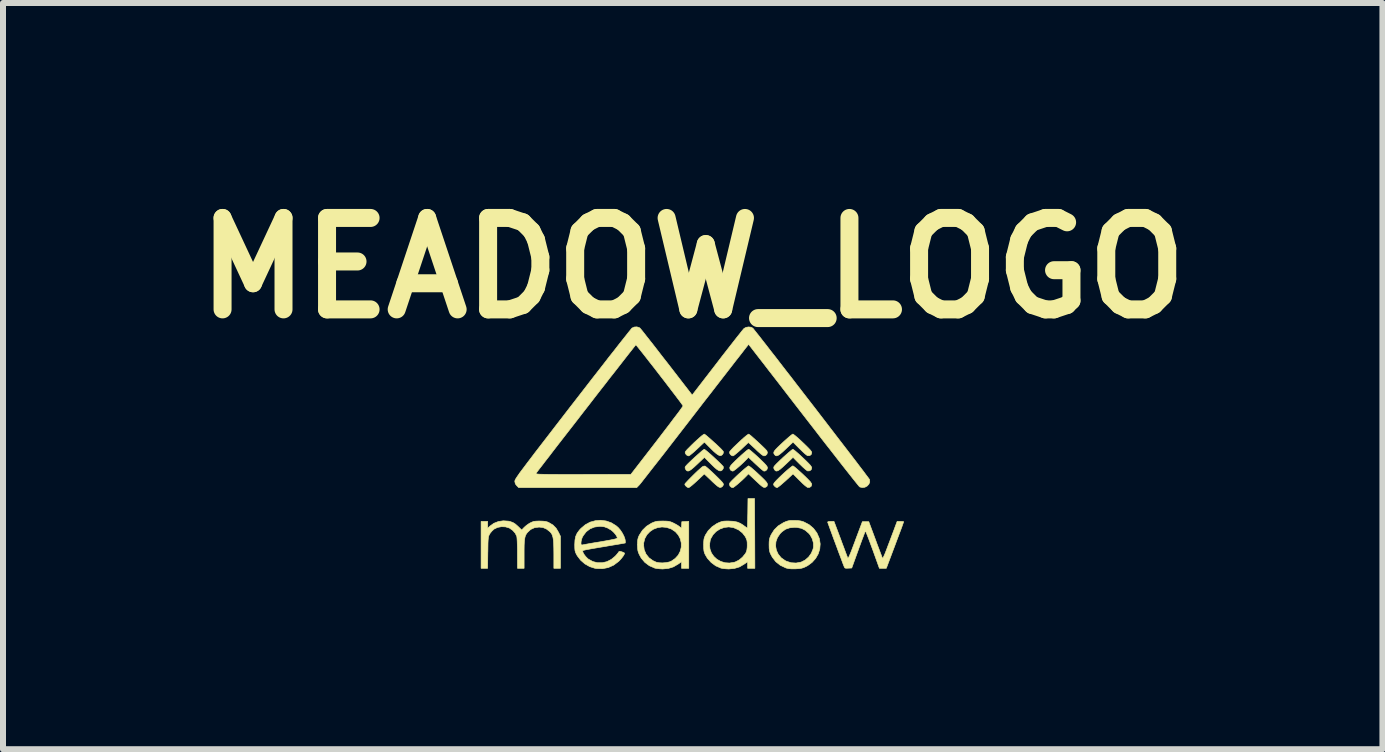
<source format=kicad_pcb>
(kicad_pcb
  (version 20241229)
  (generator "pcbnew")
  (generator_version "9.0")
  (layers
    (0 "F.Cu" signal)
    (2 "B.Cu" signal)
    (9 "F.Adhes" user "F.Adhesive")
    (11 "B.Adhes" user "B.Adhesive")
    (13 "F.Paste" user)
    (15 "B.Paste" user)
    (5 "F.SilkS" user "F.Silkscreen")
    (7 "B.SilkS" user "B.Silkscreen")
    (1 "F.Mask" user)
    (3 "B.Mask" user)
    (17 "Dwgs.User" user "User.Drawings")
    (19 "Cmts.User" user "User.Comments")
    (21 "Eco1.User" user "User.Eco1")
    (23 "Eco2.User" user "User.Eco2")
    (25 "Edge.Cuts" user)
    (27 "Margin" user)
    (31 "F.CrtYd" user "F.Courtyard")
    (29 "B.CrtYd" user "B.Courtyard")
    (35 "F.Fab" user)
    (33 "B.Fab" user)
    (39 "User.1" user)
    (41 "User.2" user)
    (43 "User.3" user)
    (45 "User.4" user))
  (footprint "MEADOW_LOGO"
    (layer "F.Cu")
    (at 8.498 4.418)
    (property "Reference" "MEADOW_LOGO" (at 0 -3 0) (layer "F.SilkS") (effects (font (size 1.524 1.524) (thickness 0.3))))
    (attr through_hole)
    (fp_poly (pts (xy 1.682 0.029) (xy 1.708 0.049) (xy 1.744 0.08) (xy 1.788 0.119) (xy 1.835 0.163) (xy 1.89 0.215) (xy 1.93 0.255) (xy 1.958 0.285) (xy 1.974 0.307) (xy 1.983 0.323) (xy 1.984 0.333) (xy 1.975 0.362) (xy 1.951 0.38) (xy 1.918 0.383) (xy 1.914 0.382) (xy 1.898 0.372) (xy 1.87 0.349) (xy 1.834 0.317) (xy 1.794 0.278) (xy 1.781 0.266) (xy 1.672 0.156) (xy 1.551 0.271) (xy 1.497 0.321) (xy 1.456 0.356) (xy 1.424 0.377) (xy 1.401 0.385) (xy 1.382 0.381) (xy 1.367 0.367) (xy 1.361 0.359) (xy 1.35 0.333) (xy 1.355 0.31) (xy 1.368 0.294) (xy 1.393 0.267) (xy 1.428 0.233) (xy 1.469 0.193) (xy 1.513 0.152) (xy 1.557 0.113) (xy 1.598 0.077) (xy 1.633 0.048) (xy 1.657 0.029) (xy 1.669 0.022) (xy 1.682 0.029)) (stroke (width 0.01) (type solid)) (fill yes) (layer "F.SilkS"))
    (fp_poly (pts (xy 0.205 0.029) (xy 0.23 0.049) (xy 0.265 0.078) (xy 0.306 0.114) (xy 0.35 0.154) (xy 0.394 0.195) (xy 0.435 0.234) (xy 0.47 0.268) (xy 0.496 0.295) (xy 0.51 0.311) (xy 0.51 0.313) (xy 0.51 0.339) (xy 0.495 0.365) (xy 0.471 0.381) (xy 0.469 0.381) (xy 0.451 0.382) (xy 0.43 0.374) (xy 0.403 0.357) (xy 0.368 0.328) (xy 0.323 0.285) (xy 0.277 0.239) (xy 0.195 0.156) (xy 0.074 0.271) (xy 0.02 0.321) (xy -0.022 0.356) (xy -0.053 0.377) (xy -0.077 0.385) (xy -0.095 0.381) (xy -0.111 0.367) (xy -0.116 0.359) (xy -0.128 0.332) (xy -0.123 0.311) (xy -0.11 0.295) (xy -0.085 0.268) (xy -0.05 0.234) (xy -0.009 0.195) (xy 0.035 0.154) (xy 0.08 0.114) (xy 0.121 0.078) (xy 0.155 0.048) (xy 0.18 0.029) (xy 0.193 0.022) (xy 0.205 0.029)) (stroke (width 0.01) (type solid)) (fill yes) (layer "F.SilkS"))
    (fp_poly (pts (xy 1.682 0.305) (xy 1.708 0.325) (xy 1.744 0.356) (xy 1.788 0.395) (xy 1.835 0.438) (xy 1.89 0.491) (xy 1.93 0.531) (xy 1.958 0.56) (xy 1.974 0.583) (xy 1.983 0.599) (xy 1.984 0.609) (xy 1.975 0.638) (xy 1.951 0.656) (xy 1.918 0.658) (xy 1.914 0.657) (xy 1.898 0.647) (xy 1.87 0.625) (xy 1.834 0.593) (xy 1.794 0.553) (xy 1.781 0.541) (xy 1.672 0.432) (xy 1.548 0.547) (xy 1.503 0.586) (xy 1.464 0.62) (xy 1.432 0.645) (xy 1.411 0.659) (xy 1.406 0.661) (xy 1.386 0.654) (xy 1.367 0.639) (xy 1.351 0.62) (xy 1.347 0.604) (xy 1.357 0.584) (xy 1.38 0.556) (xy 1.408 0.527) (xy 1.444 0.491) (xy 1.485 0.452) (xy 1.529 0.411) (xy 1.572 0.373) (xy 1.611 0.34) (xy 1.643 0.315) (xy 1.664 0.3) (xy 1.669 0.298) (xy 1.682 0.305)) (stroke (width 0.01) (type solid)) (fill yes) (layer "F.SilkS"))
    (fp_poly (pts (xy 1.683 -0.224) (xy 1.709 -0.204) (xy 1.746 -0.173) (xy 1.789 -0.134) (xy 1.835 -0.091) (xy 1.89 -0.038) (xy 1.93 0.002) (xy 1.958 0.032) (xy 1.975 0.054) (xy 1.983 0.07) (xy 1.984 0.08) (xy 1.975 0.109) (xy 1.951 0.127) (xy 1.918 0.129) (xy 1.914 0.128) (xy 1.898 0.118) (xy 1.87 0.096) (xy 1.834 0.063) (xy 1.794 0.024) (xy 1.781 0.012) (xy 1.672 -0.098) (xy 1.551 0.017) (xy 1.497 0.067) (xy 1.455 0.102) (xy 1.424 0.123) (xy 1.4 0.131) (xy 1.382 0.128) (xy 1.367 0.114) (xy 1.363 0.109) (xy 1.354 0.095) (xy 1.351 0.081) (xy 1.354 0.065) (xy 1.365 0.046) (xy 1.387 0.02) (xy 1.42 -0.014) (xy 1.466 -0.058) (xy 1.524 -0.112) (xy 1.569 -0.152) (xy 1.609 -0.187) (xy 1.642 -0.214) (xy 1.663 -0.229) (xy 1.67 -0.232) (xy 1.683 -0.224)) (stroke (width 0.01) (type solid)) (fill yes) (layer "F.SilkS"))
    (fp_poly (pts (xy 0.205 -0.224) (xy 0.23 -0.205) (xy 0.265 -0.175) (xy 0.306 -0.139) (xy 0.35 -0.099) (xy 0.395 -0.059) (xy 0.436 -0.02) (xy 0.471 0.014) (xy 0.496 0.041) (xy 0.509 0.057) (xy 0.51 0.059) (xy 0.51 0.085) (xy 0.495 0.111) (xy 0.471 0.127) (xy 0.469 0.128) (xy 0.45 0.127) (xy 0.425 0.116) (xy 0.393 0.094) (xy 0.351 0.058) (xy 0.299 0.007) (xy 0.266 -0.026) (xy 0.195 -0.098) (xy 0.073 0.017) (xy 0.03 0.057) (xy -0.01 0.091) (xy -0.042 0.117) (xy -0.063 0.131) (xy -0.068 0.132) (xy -0.091 0.125) (xy -0.109 0.111) (xy -0.125 0.084) (xy -0.125 0.067) (xy -0.115 0.052) (xy -0.092 0.025) (xy -0.058 -0.009) (xy -0.018 -0.049) (xy 0.025 -0.091) (xy 0.07 -0.132) (xy 0.112 -0.17) (xy 0.148 -0.201) (xy 0.176 -0.222) (xy 0.192 -0.231) (xy 0.193 -0.232) (xy 0.205 -0.224)) (stroke (width 0.01) (type solid)) (fill yes) (layer "F.SilkS"))
    (fp_poly (pts (xy 0.945 0.029) (xy 0.971 0.049) (xy 1.007 0.08) (xy 1.051 0.119) (xy 1.097 0.161) (xy 1.151 0.213) (xy 1.191 0.252) (xy 1.218 0.281) (xy 1.235 0.303) (xy 1.244 0.319) (xy 1.246 0.332) (xy 1.236 0.363) (xy 1.211 0.382) (xy 1.188 0.386) (xy 1.176 0.379) (xy 1.15 0.359) (xy 1.115 0.329) (xy 1.074 0.291) (xy 1.052 0.271) (xy 0.929 0.156) (xy 0.881 0.206) (xy 0.844 0.243) (xy 0.803 0.281) (xy 0.762 0.317) (xy 0.724 0.349) (xy 0.693 0.372) (xy 0.674 0.384) (xy 0.669 0.386) (xy 0.649 0.38) (xy 0.637 0.374) (xy 0.622 0.354) (xy 0.617 0.331) (xy 0.62 0.318) (xy 0.629 0.301) (xy 0.646 0.279) (xy 0.674 0.25) (xy 0.714 0.21) (xy 0.766 0.161) (xy 0.814 0.117) (xy 0.857 0.079) (xy 0.893 0.048) (xy 0.919 0.029) (xy 0.931 0.022) (xy 0.945 0.029)) (stroke (width 0.01) (type solid)) (fill yes) (layer "F.SilkS"))
    (fp_poly (pts (xy 0.206 0.302) (xy 0.22 0.312) (xy 0.247 0.334) (xy 0.284 0.367) (xy 0.328 0.407) (xy 0.372 0.449) (xy 0.424 0.5) (xy 0.462 0.538) (xy 0.488 0.566) (xy 0.504 0.587) (xy 0.511 0.601) (xy 0.512 0.613) (xy 0.511 0.616) (xy 0.496 0.64) (xy 0.478 0.653) (xy 0.464 0.658) (xy 0.45 0.657) (xy 0.433 0.65) (xy 0.41 0.634) (xy 0.379 0.608) (xy 0.336 0.569) (xy 0.298 0.532) (xy 0.193 0.433) (xy 0.072 0.547) (xy 0.028 0.587) (xy -0.011 0.621) (xy -0.043 0.646) (xy -0.064 0.66) (xy -0.069 0.661) (xy -0.091 0.654) (xy -0.11 0.639) (xy -0.127 0.619) (xy -0.132 0.604) (xy -0.125 0.592) (xy -0.104 0.569) (xy -0.074 0.537) (xy -0.036 0.498) (xy 0.005 0.457) (xy 0.048 0.415) (xy 0.088 0.377) (xy 0.124 0.345) (xy 0.151 0.321) (xy 0.162 0.312) (xy 0.187 0.302) (xy 0.206 0.302)) (stroke (width 0.01) (type solid)) (fill yes) (layer "F.SilkS"))
    (fp_poly (pts (xy 0.944 -0.224) (xy 0.969 -0.205) (xy 1.003 -0.175) (xy 1.043 -0.139) (xy 1.086 -0.1) (xy 1.13 -0.059) (xy 1.17 -0.021) (xy 1.204 0.012) (xy 1.228 0.038) (xy 1.237 0.049) (xy 1.245 0.076) (xy 1.237 0.104) (xy 1.215 0.125) (xy 1.188 0.132) (xy 1.171 0.125) (xy 1.141 0.104) (xy 1.104 0.072) (xy 1.076 0.047) (xy 1.037 0.009) (xy 1 -0.025) (xy 0.971 -0.052) (xy 0.957 -0.065) (xy 0.927 -0.091) (xy 0.809 0.021) (xy 0.765 0.06) (xy 0.726 0.093) (xy 0.695 0.118) (xy 0.675 0.131) (xy 0.67 0.132) (xy 0.648 0.125) (xy 0.629 0.111) (xy 0.614 0.084) (xy 0.614 0.067) (xy 0.624 0.051) (xy 0.647 0.025) (xy 0.68 -0.01) (xy 0.721 -0.049) (xy 0.765 -0.091) (xy 0.809 -0.132) (xy 0.851 -0.17) (xy 0.888 -0.201) (xy 0.916 -0.222) (xy 0.931 -0.231) (xy 0.932 -0.232) (xy 0.944 -0.224)) (stroke (width 0.01) (type solid)) (fill yes) (layer "F.SilkS"))
    (fp_poly (pts (xy 0.944 0.305) (xy 0.971 0.325) (xy 1.007 0.356) (xy 1.051 0.394) (xy 1.097 0.437) (xy 1.151 0.488) (xy 1.191 0.527) (xy 1.218 0.556) (xy 1.235 0.578) (xy 1.243 0.594) (xy 1.246 0.608) (xy 1.246 0.608) (xy 1.239 0.637) (xy 1.219 0.652) (xy 1.204 0.657) (xy 1.19 0.658) (xy 1.173 0.651) (xy 1.151 0.636) (xy 1.121 0.611) (xy 1.08 0.573) (xy 1.035 0.531) (xy 0.929 0.431) (xy 0.892 0.47) (xy 0.859 0.503) (xy 0.82 0.54) (xy 0.779 0.576) (xy 0.74 0.61) (xy 0.706 0.637) (xy 0.682 0.655) (xy 0.67 0.661) (xy 0.647 0.656) (xy 0.642 0.654) (xy 0.621 0.635) (xy 0.612 0.607) (xy 0.617 0.585) (xy 0.63 0.569) (xy 0.655 0.542) (xy 0.69 0.508) (xy 0.731 0.468) (xy 0.775 0.427) (xy 0.819 0.388) (xy 0.86 0.352) (xy 0.895 0.323) (xy 0.92 0.304) (xy 0.931 0.298) (xy 0.944 0.305)) (stroke (width 0.01) (type solid)) (fill yes) (layer "F.SilkS"))
    (fp_poly (pts (xy -0.447 1.219) (xy -0.408 1.222) (xy -0.376 1.229) (xy -0.345 1.24) (xy -0.328 1.248) (xy -0.287 1.269) (xy -0.247 1.292) (xy -0.227 1.307) (xy -0.189 1.336) (xy -0.185 1.282) (xy -0.182 1.229) (xy -0.124 1.226) (xy -0.066 1.223) (xy -0.066 2.006) (xy -0.187 2.006) (xy -0.187 1.896) (xy -0.242 1.935) (xy -0.322 1.982) (xy -0.406 2.008) (xy -0.5 2.017) (xy -0.504 2.017) (xy -0.553 2.014) (xy -0.6 2.009) (xy -0.635 2.002) (xy -0.636 2.001) (xy -0.723 1.963) (xy -0.798 1.907) (xy -0.859 1.835) (xy -0.891 1.776) (xy -0.906 1.741) (xy -0.915 1.708) (xy -0.919 1.67) (xy -0.921 1.617) (xy -0.921 1.615) (xy -0.921 1.615) (xy -0.819 1.615) (xy -0.809 1.696) (xy -0.779 1.768) (xy -0.731 1.829) (xy -0.666 1.877) (xy -0.608 1.904) (xy -0.562 1.913) (xy -0.505 1.916) (xy -0.445 1.911) (xy -0.39 1.9) (xy -0.358 1.888) (xy -0.292 1.842) (xy -0.241 1.786) (xy -0.208 1.722) (xy -0.191 1.653) (xy -0.191 1.583) (xy -0.207 1.515) (xy -0.24 1.452) (xy -0.289 1.396) (xy -0.355 1.352) (xy -0.361 1.349) (xy -0.437 1.324) (xy -0.513 1.317) (xy -0.586 1.328) (xy -0.655 1.354) (xy -0.715 1.395) (xy -0.764 1.447) (xy -0.799 1.51) (xy -0.817 1.582) (xy -0.819 1.615) (xy -0.921 1.615) (xy -0.92 1.563) (xy -0.916 1.526) (xy -0.908 1.494) (xy -0.894 1.461) (xy -0.89 1.453) (xy -0.838 1.372) (xy -0.77 1.305) (xy -0.688 1.254) (xy -0.686 1.253) (xy -0.649 1.237) (xy -0.619 1.227) (xy -0.587 1.221) (xy -0.547 1.219) (xy -0.502 1.218) (xy -0.447 1.219)) (stroke (width 0.01) (type solid)) (fill yes) (layer "F.SilkS"))
    (fp_poly (pts (xy 1.692 1.208) (xy 1.754 1.21) (xy 1.802 1.217) (xy 1.846 1.23) (xy 1.855 1.234) (xy 1.941 1.279) (xy 2.013 1.34) (xy 2.07 1.416) (xy 2.109 1.505) (xy 2.112 1.515) (xy 2.125 1.6) (xy 2.118 1.684) (xy 2.092 1.766) (xy 2.049 1.841) (xy 1.99 1.907) (xy 1.917 1.961) (xy 1.885 1.978) (xy 1.847 1.995) (xy 1.813 2.005) (xy 1.775 2.011) (xy 1.726 2.014) (xy 1.709 2.015) (xy 1.647 2.015) (xy 1.6 2.011) (xy 1.559 2.002) (xy 1.547 1.997) (xy 1.459 1.955) (xy 1.385 1.896) (xy 1.327 1.821) (xy 1.302 1.775) (xy 1.287 1.741) (xy 1.279 1.708) (xy 1.274 1.669) (xy 1.274 1.636) (xy 1.382 1.636) (xy 1.395 1.706) (xy 1.426 1.772) (xy 1.474 1.83) (xy 1.54 1.877) (xy 1.56 1.887) (xy 1.639 1.913) (xy 1.723 1.918) (xy 1.805 1.903) (xy 1.81 1.901) (xy 1.875 1.868) (xy 1.932 1.818) (xy 1.977 1.755) (xy 2.006 1.685) (xy 2.013 1.65) (xy 2.012 1.584) (xy 1.993 1.515) (xy 1.959 1.452) (xy 1.937 1.425) (xy 1.878 1.373) (xy 1.814 1.34) (xy 1.739 1.325) (xy 1.698 1.323) (xy 1.617 1.331) (xy 1.548 1.354) (xy 1.489 1.396) (xy 1.457 1.428) (xy 1.412 1.494) (xy 1.387 1.564) (xy 1.382 1.636) (xy 1.274 1.636) (xy 1.273 1.616) (xy 1.273 1.615) (xy 1.274 1.564) (xy 1.278 1.527) (xy 1.286 1.496) (xy 1.3 1.462) (xy 1.309 1.443) (xy 1.359 1.364) (xy 1.425 1.299) (xy 1.509 1.247) (xy 1.519 1.242) (xy 1.558 1.225) (xy 1.59 1.215) (xy 1.624 1.209) (xy 1.668 1.208) (xy 1.692 1.208)) (stroke (width 0.01) (type solid)) (fill yes) (layer "F.SilkS"))
    (fp_poly (pts (xy 1.034 1.425) (xy 1.036 2.006) (xy 0.915 2.006) (xy 0.915 1.896) (xy 0.86 1.935) (xy 0.781 1.982) (xy 0.696 2.008) (xy 0.602 2.017) (xy 0.598 2.017) (xy 0.549 2.014) (xy 0.502 2.009) (xy 0.467 2.002) (xy 0.466 2.001) (xy 0.382 1.964) (xy 0.307 1.908) (xy 0.244 1.838) (xy 0.208 1.777) (xy 0.195 1.747) (xy 0.187 1.716) (xy 0.183 1.677) (xy 0.182 1.624) (xy 0.182 1.621) (xy 0.182 1.614) (xy 0.28 1.614) (xy 0.288 1.685) (xy 0.312 1.751) (xy 0.352 1.808) (xy 0.404 1.856) (xy 0.467 1.891) (xy 0.537 1.913) (xy 0.612 1.918) (xy 0.691 1.906) (xy 0.719 1.896) (xy 0.776 1.866) (xy 0.83 1.82) (xy 0.875 1.765) (xy 0.889 1.742) (xy 0.902 1.705) (xy 0.908 1.656) (xy 0.909 1.621) (xy 0.908 1.574) (xy 0.903 1.539) (xy 0.891 1.508) (xy 0.876 1.477) (xy 0.828 1.415) (xy 0.764 1.365) (xy 0.685 1.33) (xy 0.676 1.327) (xy 0.601 1.316) (xy 0.525 1.325) (xy 0.454 1.351) (xy 0.39 1.392) (xy 0.338 1.447) (xy 0.3 1.513) (xy 0.292 1.538) (xy 0.28 1.614) (xy 0.182 1.614) (xy 0.183 1.567) (xy 0.186 1.529) (xy 0.193 1.497) (xy 0.206 1.465) (xy 0.211 1.453) (xy 0.258 1.379) (xy 0.322 1.314) (xy 0.399 1.262) (xy 0.417 1.253) (xy 0.455 1.236) (xy 0.486 1.226) (xy 0.519 1.22) (xy 0.562 1.218) (xy 0.595 1.218) (xy 0.674 1.222) (xy 0.739 1.234) (xy 0.795 1.257) (xy 0.851 1.293) (xy 0.855 1.297) (xy 0.883 1.317) (xy 0.903 1.331) (xy 0.909 1.334) (xy 0.911 1.323) (xy 0.913 1.294) (xy 0.914 1.249) (xy 0.916 1.191) (xy 0.917 1.124) (xy 0.918 1.089) (xy 0.921 0.843) (xy 1.031 0.843) (xy 1.034 1.425)) (stroke (width 0.01) (type solid)) (fill yes) (layer "F.SilkS"))
    (fp_poly (pts (xy -3.071 1.22) (xy -3.038 1.228) (xy -2.995 1.244) (xy -2.957 1.268) (xy -2.915 1.305) (xy -2.913 1.307) (xy -2.851 1.367) (xy -2.809 1.323) (xy -2.773 1.291) (xy -2.73 1.261) (xy -2.709 1.249) (xy -2.677 1.234) (xy -2.648 1.224) (xy -2.614 1.22) (xy -2.568 1.218) (xy -2.552 1.218) (xy -2.497 1.22) (xy -2.456 1.224) (xy -2.422 1.233) (xy -2.398 1.244) (xy -2.33 1.284) (xy -2.277 1.338) (xy -2.237 1.406) (xy -2.205 1.472) (xy -2.205 1.739) (xy -2.205 2.006) (xy -2.315 2.006) (xy -2.315 1.771) (xy -2.316 1.676) (xy -2.318 1.601) (xy -2.322 1.541) (xy -2.329 1.495) (xy -2.339 1.459) (xy -2.352 1.43) (xy -2.37 1.407) (xy -2.384 1.393) (xy -2.438 1.351) (xy -2.494 1.327) (xy -2.558 1.319) (xy -2.563 1.319) (xy -2.637 1.329) (xy -2.701 1.358) (xy -2.753 1.406) (xy -2.771 1.429) (xy -2.785 1.454) (xy -2.795 1.482) (xy -2.802 1.518) (xy -2.807 1.563) (xy -2.81 1.622) (xy -2.811 1.698) (xy -2.811 1.768) (xy -2.811 2.006) (xy -2.921 2.006) (xy -2.922 1.761) (xy -2.922 1.685) (xy -2.924 1.615) (xy -2.926 1.555) (xy -2.929 1.509) (xy -2.932 1.479) (xy -2.933 1.474) (xy -2.958 1.422) (xy -3 1.374) (xy -3.054 1.336) (xy -3.06 1.333) (xy -3.121 1.315) (xy -3.188 1.312) (xy -3.253 1.324) (xy -3.309 1.351) (xy -3.31 1.351) (xy -3.344 1.382) (xy -3.376 1.42) (xy -3.384 1.434) (xy -3.393 1.45) (xy -3.4 1.466) (xy -3.405 1.484) (xy -3.408 1.508) (xy -3.411 1.541) (xy -3.413 1.586) (xy -3.414 1.646) (xy -3.415 1.724) (xy -3.416 1.745) (xy -3.419 2.006) (xy -3.528 2.006) (xy -3.528 1.224) (xy -3.418 1.224) (xy -3.418 1.338) (xy -3.382 1.304) (xy -3.316 1.256) (xy -3.24 1.226) (xy -3.157 1.214) (xy -3.071 1.22)) (stroke (width 0.01) (type solid)) (fill yes) (layer "F.SilkS"))
    (fp_poly (pts (xy 2.464 1.513) (xy 2.492 1.59) (xy 2.519 1.661) (xy 2.542 1.723) (xy 2.561 1.774) (xy 2.575 1.81) (xy 2.582 1.829) (xy 2.582 1.83) (xy 2.586 1.836) (xy 2.591 1.834) (xy 2.599 1.823) (xy 2.61 1.801) (xy 2.625 1.766) (xy 2.645 1.717) (xy 2.67 1.65) (xy 2.702 1.566) (xy 2.71 1.543) (xy 2.828 1.229) (xy 2.935 1.229) (xy 3.044 1.521) (xy 3.072 1.598) (xy 3.099 1.669) (xy 3.122 1.73) (xy 3.141 1.78) (xy 3.154 1.816) (xy 3.161 1.834) (xy 3.162 1.835) (xy 3.167 1.837) (xy 3.175 1.826) (xy 3.188 1.8) (xy 3.206 1.759) (xy 3.229 1.7) (xy 3.257 1.625) (xy 3.285 1.552) (xy 3.312 1.48) (xy 3.337 1.414) (xy 3.358 1.358) (xy 3.373 1.317) (xy 3.376 1.309) (xy 3.408 1.224) (xy 3.463 1.224) (xy 3.494 1.225) (xy 3.513 1.228) (xy 3.517 1.23) (xy 3.513 1.241) (xy 3.502 1.271) (xy 3.486 1.317) (xy 3.464 1.376) (xy 3.437 1.447) (xy 3.407 1.527) (xy 3.375 1.613) (xy 3.372 1.621) (xy 3.227 2.006) (xy 3.112 2.006) (xy 2.999 1.692) (xy 2.97 1.614) (xy 2.944 1.543) (xy 2.921 1.483) (xy 2.902 1.435) (xy 2.888 1.401) (xy 2.88 1.385) (xy 2.879 1.384) (xy 2.874 1.395) (xy 2.862 1.425) (xy 2.845 1.47) (xy 2.823 1.528) (xy 2.798 1.596) (xy 2.77 1.672) (xy 2.762 1.695) (xy 2.651 2.001) (xy 2.593 2.004) (xy 2.559 2.005) (xy 2.54 2.002) (xy 2.53 1.991) (xy 2.524 1.977) (xy 2.506 1.932) (xy 2.485 1.875) (xy 2.46 1.808) (xy 2.432 1.735) (xy 2.404 1.658) (xy 2.375 1.58) (xy 2.346 1.503) (xy 2.32 1.431) (xy 2.296 1.366) (xy 2.276 1.311) (xy 2.261 1.269) (xy 2.251 1.242) (xy 2.249 1.234) (xy 2.259 1.228) (xy 2.284 1.224) (xy 2.302 1.224) (xy 2.355 1.224) (xy 2.464 1.513)) (stroke (width 0.01) (type solid)) (fill yes) (layer "F.SilkS"))
    (fp_poly (pts (xy -1.443 1.217) (xy -1.357 1.247) (xy -1.278 1.296) (xy -1.242 1.327) (xy -1.206 1.369) (xy -1.173 1.419) (xy -1.146 1.471) (xy -1.129 1.519) (xy -1.124 1.55) (xy -1.124 1.584) (xy -1.26 1.608) (xy -1.316 1.617) (xy -1.388 1.629) (xy -1.468 1.643) (xy -1.549 1.656) (xy -1.606 1.666) (xy -1.672 1.677) (xy -1.731 1.688) (xy -1.78 1.697) (xy -1.814 1.705) (xy -1.831 1.709) (xy -1.831 1.709) (xy -1.835 1.723) (xy -1.826 1.748) (xy -1.808 1.779) (xy -1.783 1.811) (xy -1.754 1.841) (xy -1.739 1.853) (xy -1.666 1.893) (xy -1.588 1.913) (xy -1.508 1.913) (xy -1.43 1.895) (xy -1.356 1.857) (xy -1.292 1.804) (xy -1.265 1.774) (xy -1.244 1.748) (xy -1.233 1.732) (xy -1.233 1.732) (xy -1.226 1.724) (xy -1.21 1.724) (xy -1.182 1.731) (xy -1.154 1.742) (xy -1.137 1.752) (xy -1.136 1.755) (xy -1.143 1.775) (xy -1.162 1.806) (xy -1.189 1.841) (xy -1.22 1.876) (xy -1.238 1.893) (xy -1.318 1.953) (xy -1.407 1.993) (xy -1.502 2.012) (xy -1.6 2.01) (xy -1.632 2.005) (xy -1.717 1.978) (xy -1.798 1.932) (xy -1.868 1.871) (xy -1.924 1.798) (xy -1.942 1.766) (xy -1.955 1.737) (xy -1.963 1.707) (xy -1.966 1.67) (xy -1.967 1.619) (xy -1.967 1.61) (xy -1.966 1.592) (xy -1.863 1.592) (xy -1.859 1.613) (xy -1.849 1.618) (xy -1.835 1.615) (xy -1.802 1.609) (xy -1.754 1.6) (xy -1.692 1.589) (xy -1.621 1.577) (xy -1.546 1.565) (xy -1.455 1.549) (xy -1.383 1.536) (xy -1.33 1.525) (xy -1.292 1.517) (xy -1.269 1.509) (xy -1.258 1.503) (xy -1.257 1.5) (xy -1.265 1.476) (xy -1.285 1.443) (xy -1.314 1.409) (xy -1.346 1.379) (xy -1.361 1.368) (xy -1.419 1.334) (xy -1.474 1.314) (xy -1.534 1.307) (xy -1.554 1.307) (xy -1.637 1.318) (xy -1.712 1.348) (xy -1.775 1.396) (xy -1.825 1.461) (xy -1.842 1.492) (xy -1.854 1.526) (xy -1.861 1.562) (xy -1.863 1.592) (xy -1.966 1.592) (xy -1.963 1.535) (xy -1.951 1.474) (xy -1.927 1.421) (xy -1.889 1.369) (xy -1.863 1.341) (xy -1.791 1.28) (xy -1.71 1.236) (xy -1.622 1.212) (xy -1.532 1.205) (xy -1.443 1.217)) (stroke (width 0.01) (type solid)) (fill yes) (layer "F.SilkS"))
    (fp_poly (pts (xy -0.894 -2.008) (xy -0.879 -1.998) (xy -0.869 -1.986) (xy -0.846 -1.959) (xy -0.812 -1.916) (xy -0.769 -1.861) (xy -0.717 -1.795) (xy -0.657 -1.719) (xy -0.591 -1.634) (xy -0.521 -1.543) (xy -0.446 -1.447) (xy -0.433 -1.431) (xy -0.009 -0.882) (xy 0.41 -1.425) (xy 0.484 -1.522) (xy 0.555 -1.613) (xy 0.622 -1.699) (xy 0.683 -1.777) (xy 0.736 -1.845) (xy 0.782 -1.902) (xy 0.817 -1.947) (xy 0.842 -1.977) (xy 0.855 -1.992) (xy 0.856 -1.993) (xy 0.89 -2.011) (xy 0.932 -2.018) (xy 0.973 -2.013) (xy 1.001 -1.998) (xy 1.011 -1.987) (xy 1.033 -1.959) (xy 1.067 -1.916) (xy 1.112 -1.86) (xy 1.166 -1.79) (xy 1.229 -1.71) (xy 1.299 -1.619) (xy 1.377 -1.52) (xy 1.46 -1.412) (xy 1.548 -1.298) (xy 1.641 -1.179) (xy 1.736 -1.055) (xy 1.834 -0.928) (xy 1.933 -0.8) (xy 2.033 -0.671) (xy 2.132 -0.542) (xy 2.229 -0.416) (xy 2.324 -0.292) (xy 2.416 -0.172) (xy 2.504 -0.058) (xy 2.586 0.049) (xy 2.663 0.149) (xy 2.732 0.239) (xy 2.793 0.32) (xy 2.846 0.389) (xy 2.888 0.446) (xy 2.92 0.488) (xy 2.941 0.516) (xy 2.948 0.528) (xy 2.949 0.528) (xy 2.951 0.568) (xy 2.936 0.604) (xy 2.908 0.634) (xy 2.871 0.654) (xy 2.83 0.66) (xy 2.788 0.651) (xy 2.782 0.647) (xy 2.772 0.637) (xy 2.75 0.61) (xy 2.716 0.568) (xy 2.671 0.512) (xy 2.616 0.442) (xy 2.551 0.36) (xy 2.477 0.266) (xy 2.396 0.162) (xy 2.308 0.049) (xy 2.213 -0.072) (xy 2.113 -0.201) (xy 2.009 -0.336) (xy 1.9 -0.476) (xy 1.846 -0.546) (xy 1.736 -0.688) (xy 1.63 -0.825) (xy 1.529 -0.956) (xy 1.433 -1.081) (xy 1.343 -1.197) (xy 1.259 -1.305) (xy 1.184 -1.403) (xy 1.116 -1.49) (xy 1.058 -1.565) (xy 1.01 -1.627) (xy 0.973 -1.675) (xy 0.947 -1.708) (xy 0.934 -1.726) (xy 0.932 -1.728) (xy 0.925 -1.72) (xy 0.906 -1.695) (xy 0.874 -1.655) (xy 0.832 -1.6) (xy 0.779 -1.532) (xy 0.716 -1.452) (xy 0.645 -1.36) (xy 0.566 -1.258) (xy 0.48 -1.147) (xy 0.387 -1.027) (xy 0.289 -0.9) (xy 0.185 -0.767) (xy 0.078 -0.628) (xy 0.038 -0.576) (xy -0.071 -0.435) (xy -0.177 -0.298) (xy -0.279 -0.166) (xy -0.376 -0.041) (xy -0.467 0.077) (xy -0.552 0.186) (xy -0.63 0.285) (xy -0.699 0.373) (xy -0.759 0.45) (xy -0.809 0.514) (xy -0.848 0.564) (xy -0.876 0.599) (xy -0.892 0.618) (xy -0.894 0.62) (xy -0.934 0.661) (xy -2.901 0.661) (xy -2.933 0.629) (xy -2.957 0.598) (xy -2.965 0.563) (xy -2.966 0.554) (xy -2.965 0.548) (xy -2.962 0.539) (xy -2.958 0.528) (xy -2.95 0.514) (xy -2.938 0.495) (xy -2.922 0.471) (xy -2.901 0.441) (xy -2.89 0.425) (xy -2.613 0.425) (xy -2.612 0.428) (xy -2.607 0.431) (xy -2.597 0.433) (xy -2.58 0.435) (xy -2.554 0.437) (xy -2.518 0.438) (xy -2.471 0.439) (xy -2.411 0.44) (xy -2.336 0.44) (xy -2.245 0.441) (xy -2.138 0.441) (xy -2.011 0.441) (xy -1.864 0.441) (xy -1.828 0.441) (xy -1.031 0.44) (xy -0.595 -0.124) (xy -0.52 -0.222) (xy -0.449 -0.315) (xy -0.383 -0.401) (xy -0.324 -0.48) (xy -0.272 -0.548) (xy -0.228 -0.606) (xy -0.195 -0.652) (xy -0.172 -0.684) (xy -0.162 -0.7) (xy -0.161 -0.701) (xy -0.168 -0.712) (xy -0.187 -0.739) (xy -0.216 -0.779) (xy -0.255 -0.83) (xy -0.301 -0.891) (xy -0.354 -0.96) (xy -0.411 -1.035) (xy -0.472 -1.115) (xy -0.535 -1.196) (xy -0.598 -1.278) (xy -0.66 -1.358) (xy -0.72 -1.434) (xy -0.776 -1.506) (xy -0.826 -1.57) (xy -0.87 -1.625) (xy -0.905 -1.669) (xy -0.931 -1.701) (xy -0.945 -1.718) (xy -0.948 -1.72) (xy -0.955 -1.711) (xy -0.975 -1.687) (xy -1.006 -1.647) (xy -1.048 -1.594) (xy -1.099 -1.529) (xy -1.159 -1.452) (xy -1.226 -1.366) (xy -1.3 -1.271) (xy -1.38 -1.17) (xy -1.463 -1.062) (xy -1.551 -0.95) (xy -1.641 -0.834) (xy -1.732 -0.716) (xy -1.824 -0.598) (xy -1.915 -0.48) (xy -2.005 -0.364) (xy -2.093 -0.251) (xy -2.177 -0.143) (xy -2.257 -0.04) (xy -2.331 0.056) (xy -2.398 0.144) (xy -2.459 0.222) (xy -2.51 0.289) (xy -2.553 0.344) (xy -2.585 0.386) (xy -2.605 0.413) (xy -2.611 0.421) (xy -2.613 0.425) (xy -2.89 0.425) (xy -2.875 0.404) (xy -2.842 0.36) (xy -2.802 0.307) (xy -2.755 0.244) (xy -2.699 0.171) (xy -2.635 0.086) (xy -2.561 -0.01) (xy -2.477 -0.119) (xy -2.382 -0.242) (xy -2.276 -0.38) (xy -2.157 -0.534) (xy -2.026 -0.704) (xy -2.004 -0.732) (xy -1.89 -0.879) (xy -1.78 -1.021) (xy -1.675 -1.157) (xy -1.574 -1.286) (xy -1.479 -1.408) (xy -1.391 -1.522) (xy -1.309 -1.625) (xy -1.236 -1.719) (xy -1.172 -1.8) (xy -1.117 -1.869) (xy -1.073 -1.925) (xy -1.04 -1.965) (xy -1.02 -1.991) (xy -1.012 -1.999) (xy -0.975 -2.016) (xy -0.932 -2.019) (xy -0.894 -2.008)) (stroke (width 0.01) (type solid)) (fill yes) (layer "F.SilkS")))
  (gr_rect
    (start -3 -3)
    (end 19.996 9.44)
    (stroke (width 0.1) (type default))
    (fill no)
    (layer "Edge.Cuts")))
</source>
